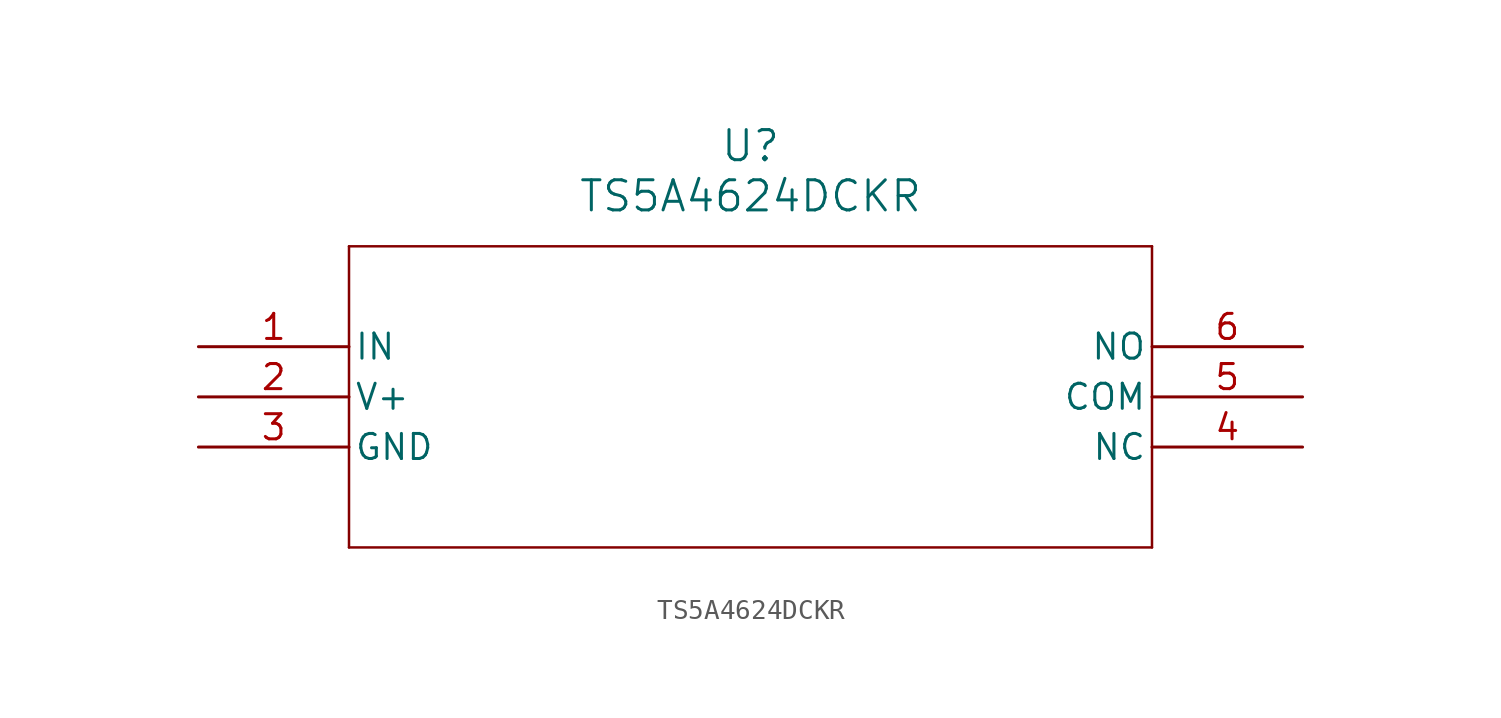
<source format=kicad_sym>
(kicad_symbol_lib
  (version 20211014)
  (generator kicad_symbol_editor)
  (symbol "TS5A4624DCKR"
    (pin_names
      (offset 0.254))
    (property "Reference" "U"
      (at 27.94 10.16 0)
      (effects (font (size 1.524 1.524))))
    (property "Value" "TS5A4624DCKR"
      (at 27.94 7.62 0)
      (effects (font (size 1.524 1.524))))
    (symbol "TS5A4624DCKR_0_1"
      (polyline (pts (xy 7.62 5.08) (xy 7.62 -10.16)) (stroke (width 0.127) (type default) (color 0 0 0 0)) (fill (type none)))
      (polyline (pts (xy 7.62 -10.16) (xy 48.26 -10.16)) (stroke (width 0.127) (type default) (color 0 0 0 0)) (fill (type none)))
      (polyline (pts (xy 48.26 -10.16) (xy 48.26 5.08)) (stroke (width 0.127) (type default) (color 0 0 0 0)) (fill (type none)))
      (polyline (pts (xy 48.26 5.08) (xy 7.62 5.08)) (stroke (width 0.127) (type default) (color 0 0 0 0)) (fill (type none)))
      (pin input line (at 0 0 0) (length 7.62) (name "IN" (effects (font (size 1.27 1.27)))) (number "1" (effects (font (size 1.27 1.27)))))
      (pin power_in line (at 0 -2.54 0) (length 7.62) (name "V+" (effects (font (size 1.27 1.27)))) (number "2" (effects (font (size 1.27 1.27)))))
      (pin power_in line (at 0 -5.08 0) (length 7.62) (name "GND" (effects (font (size 1.27 1.27)))) (number "3" (effects (font (size 1.27 1.27)))))
      (pin unspecified line (at 55.88 -5.08 180) (length 7.62) (name "NC" (effects (font (size 1.27 1.27)))) (number "4" (effects (font (size 1.27 1.27)))))
      (pin unspecified line (at 55.88 -2.54 180) (length 7.62) (name "COM" (effects (font (size 1.27 1.27)))) (number "5" (effects (font (size 1.27 1.27)))))
      (pin output line (at 55.88 0 180) (length 7.62) (name "NO" (effects (font (size 1.27 1.27)))) (number "6" (effects (font (size 1.27 1.27))))))))
</source>
